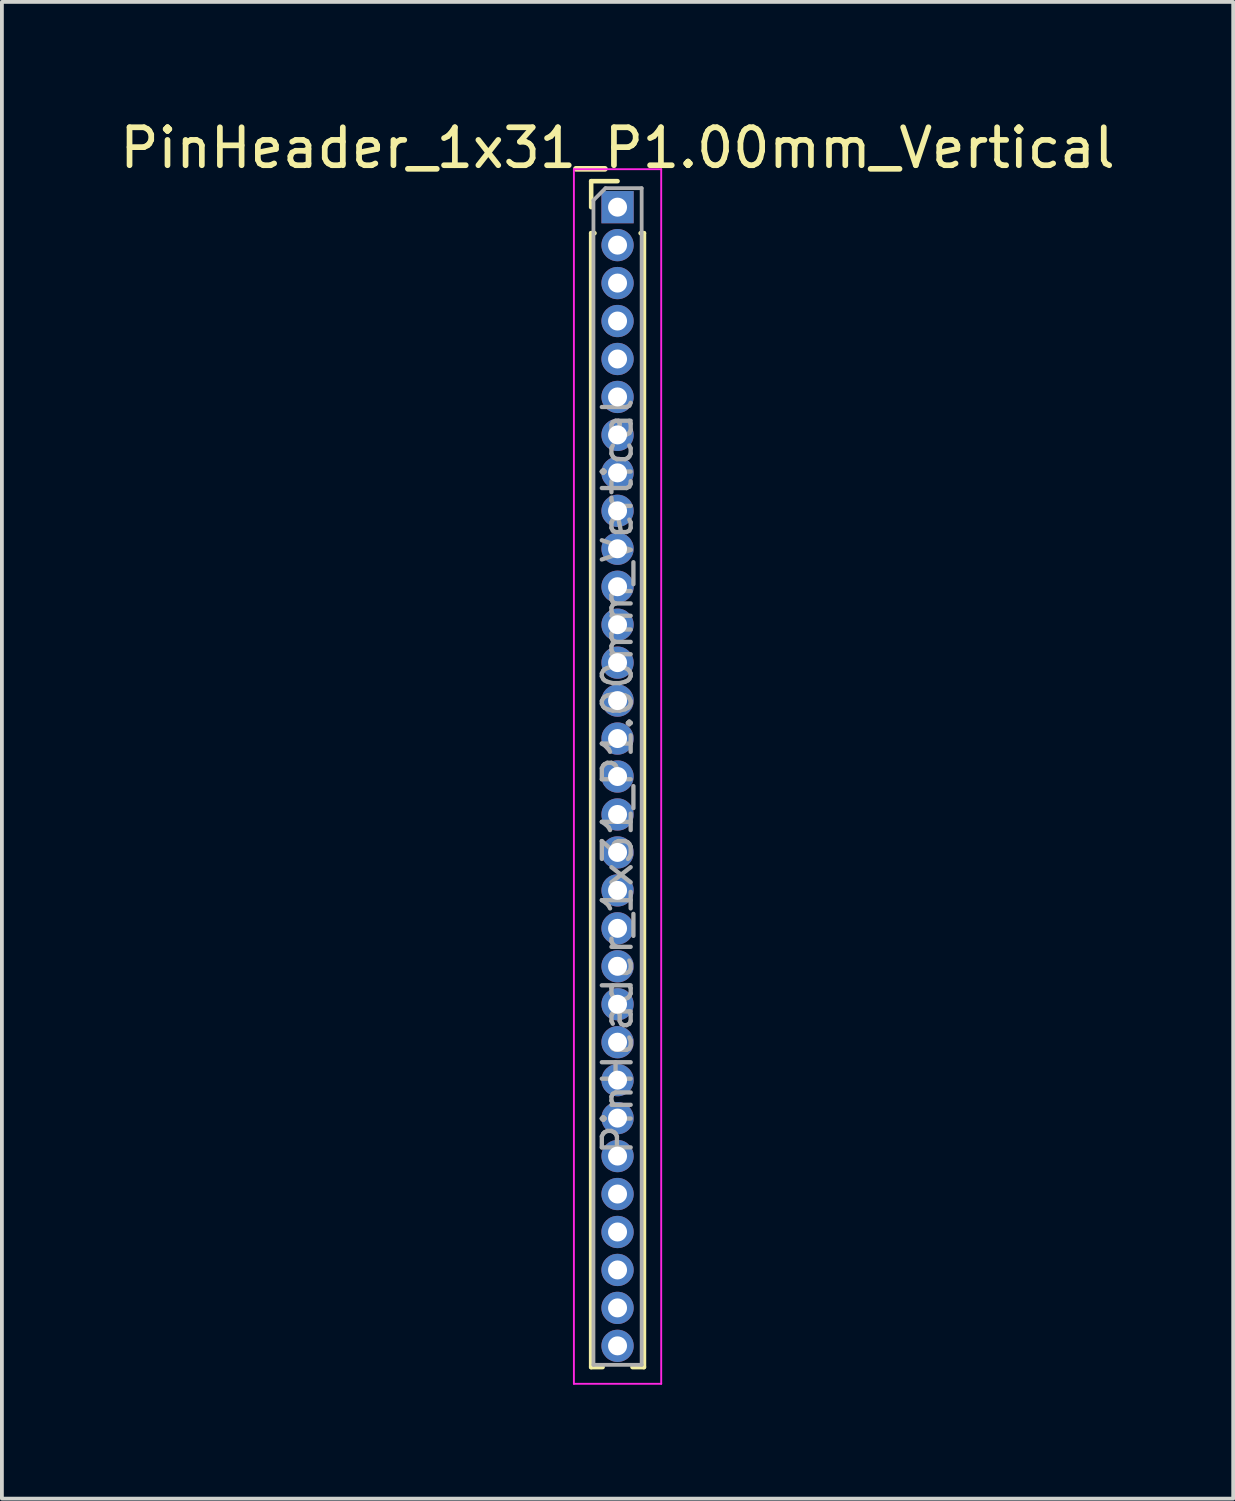
<source format=kicad_pcb>
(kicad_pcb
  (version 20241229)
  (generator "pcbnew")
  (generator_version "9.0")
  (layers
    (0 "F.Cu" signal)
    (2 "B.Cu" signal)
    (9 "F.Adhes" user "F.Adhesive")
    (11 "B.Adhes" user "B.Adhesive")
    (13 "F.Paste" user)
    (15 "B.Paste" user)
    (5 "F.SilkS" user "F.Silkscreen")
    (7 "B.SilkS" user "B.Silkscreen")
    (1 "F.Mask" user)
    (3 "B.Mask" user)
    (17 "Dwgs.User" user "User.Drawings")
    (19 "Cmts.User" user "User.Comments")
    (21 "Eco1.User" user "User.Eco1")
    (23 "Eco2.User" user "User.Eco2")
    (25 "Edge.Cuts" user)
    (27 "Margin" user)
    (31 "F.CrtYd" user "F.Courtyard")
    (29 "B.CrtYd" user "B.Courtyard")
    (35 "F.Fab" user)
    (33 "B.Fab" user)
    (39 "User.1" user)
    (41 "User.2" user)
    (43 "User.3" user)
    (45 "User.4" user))
  (footprint "PinHeader_1x31_P1.00mm_Vertical"
    (layer "F.Cu")
    (at 13.22 2.408)
    (property "Reference" "PinHeader_1x31_P1.00mm_Vertical" (at 0 -1.56 0) (layer "F.SilkS") (effects (font (size 1 1) (thickness 0.15))))
    (attr through_hole)
    (fp_line (start -0.695 -0.685) (end 0 -0.685) (stroke (width 0.12) (type solid)) (layer "F.SilkS"))
    (fp_line (start -0.695 0) (end -0.695 -0.685) (stroke (width 0.12) (type solid)) (layer "F.SilkS"))
    (fp_line (start -0.695 0.685) (end -0.695 30.56) (stroke (width 0.12) (type solid)) (layer "F.SilkS"))
    (fp_line (start -0.695 0.685) (end -0.608 0.685) (stroke (width 0.12) (type solid)) (layer "F.SilkS"))
    (fp_line (start -0.695 30.56) (end -0.394 30.56) (stroke (width 0.12) (type solid)) (layer "F.SilkS"))
    (fp_line (start 0.394 30.56) (end 0.695 30.56) (stroke (width 0.12) (type solid)) (layer "F.SilkS"))
    (fp_line (start 0.608 0.685) (end 0.695 0.685) (stroke (width 0.12) (type solid)) (layer "F.SilkS"))
    (fp_line (start 0.695 0.685) (end 0.695 30.56) (stroke (width 0.12) (type solid)) (layer "F.SilkS"))
    (fp_line (start -1.15 -1) (end -1.15 31) (stroke (width 0.05) (type solid)) (layer "F.CrtYd"))
    (fp_line (start -1.15 31) (end 1.15 31) (stroke (width 0.05) (type solid)) (layer "F.CrtYd"))
    (fp_line (start 1.15 -1) (end -1.15 -1) (stroke (width 0.05) (type solid)) (layer "F.CrtYd"))
    (fp_line (start 1.15 31) (end 1.15 -1) (stroke (width 0.05) (type solid)) (layer "F.CrtYd"))
    (fp_line (start -0.635 -0.182) (end -0.318 -0.5) (stroke (width 0.1) (type solid)) (layer "F.Fab"))
    (fp_line (start -0.635 30.5) (end -0.635 -0.182) (stroke (width 0.1) (type solid)) (layer "F.Fab"))
    (fp_line (start -0.318 -0.5) (end 0.635 -0.5) (stroke (width 0.1) (type solid)) (layer "F.Fab"))
    (fp_line (start 0.635 -0.5) (end 0.635 30.5) (stroke (width 0.1) (type solid)) (layer "F.Fab"))
    (fp_line (start 0.635 30.5) (end -0.635 30.5) (stroke (width 0.1) (type solid)) (layer "F.Fab"))
    (fp_text user "${REFERENCE}" (at 0 15 90) (layer "F.Fab") (effects (font (size 0.76 0.76) (thickness 0.114))))
    (pad "1" thru_hole rect (at 0 0) (size 0.85 0.85) (drill 0.5) (layers "*.Cu" "*.Mask"))
    (pad "2" thru_hole oval (at 0 1) (size 0.85 0.85) (drill 0.5) (layers "*.Cu" "*.Mask"))
    (pad "3" thru_hole oval (at 0 2) (size 0.85 0.85) (drill 0.5) (layers "*.Cu" "*.Mask"))
    (pad "4" thru_hole oval (at 0 3) (size 0.85 0.85) (drill 0.5) (layers "*.Cu" "*.Mask"))
    (pad "5" thru_hole oval (at 0 4) (size 0.85 0.85) (drill 0.5) (layers "*.Cu" "*.Mask"))
    (pad "6" thru_hole oval (at 0 5) (size 0.85 0.85) (drill 0.5) (layers "*.Cu" "*.Mask"))
    (pad "7" thru_hole oval (at 0 6) (size 0.85 0.85) (drill 0.5) (layers "*.Cu" "*.Mask"))
    (pad "8" thru_hole oval (at 0 7) (size 0.85 0.85) (drill 0.5) (layers "*.Cu" "*.Mask"))
    (pad "9" thru_hole oval (at 0 8) (size 0.85 0.85) (drill 0.5) (layers "*.Cu" "*.Mask"))
    (pad "10" thru_hole oval (at 0 9) (size 0.85 0.85) (drill 0.5) (layers "*.Cu" "*.Mask"))
    (pad "11" thru_hole oval (at 0 10) (size 0.85 0.85) (drill 0.5) (layers "*.Cu" "*.Mask"))
    (pad "12" thru_hole oval (at 0 11) (size 0.85 0.85) (drill 0.5) (layers "*.Cu" "*.Mask"))
    (pad "13" thru_hole oval (at 0 12) (size 0.85 0.85) (drill 0.5) (layers "*.Cu" "*.Mask"))
    (pad "14" thru_hole oval (at 0 13) (size 0.85 0.85) (drill 0.5) (layers "*.Cu" "*.Mask"))
    (pad "15" thru_hole oval (at 0 14) (size 0.85 0.85) (drill 0.5) (layers "*.Cu" "*.Mask"))
    (pad "16" thru_hole oval (at 0 15) (size 0.85 0.85) (drill 0.5) (layers "*.Cu" "*.Mask"))
    (pad "17" thru_hole oval (at 0 16) (size 0.85 0.85) (drill 0.5) (layers "*.Cu" "*.Mask"))
    (pad "18" thru_hole oval (at 0 17) (size 0.85 0.85) (drill 0.5) (layers "*.Cu" "*.Mask"))
    (pad "19" thru_hole oval (at 0 18) (size 0.85 0.85) (drill 0.5) (layers "*.Cu" "*.Mask"))
    (pad "20" thru_hole oval (at 0 19) (size 0.85 0.85) (drill 0.5) (layers "*.Cu" "*.Mask"))
    (pad "21" thru_hole oval (at 0 20) (size 0.85 0.85) (drill 0.5) (layers "*.Cu" "*.Mask"))
    (pad "22" thru_hole oval (at 0 21) (size 0.85 0.85) (drill 0.5) (layers "*.Cu" "*.Mask"))
    (pad "23" thru_hole oval (at 0 22) (size 0.85 0.85) (drill 0.5) (layers "*.Cu" "*.Mask"))
    (pad "24" thru_hole oval (at 0 23) (size 0.85 0.85) (drill 0.5) (layers "*.Cu" "*.Mask"))
    (pad "25" thru_hole oval (at 0 24) (size 0.85 0.85) (drill 0.5) (layers "*.Cu" "*.Mask"))
    (pad "26" thru_hole oval (at 0 25) (size 0.85 0.85) (drill 0.5) (layers "*.Cu" "*.Mask"))
    (pad "27" thru_hole oval (at 0 26) (size 0.85 0.85) (drill 0.5) (layers "*.Cu" "*.Mask"))
    (pad "28" thru_hole oval (at 0 27) (size 0.85 0.85) (drill 0.5) (layers "*.Cu" "*.Mask"))
    (pad "29" thru_hole oval (at 0 28) (size 0.85 0.85) (drill 0.5) (layers "*.Cu" "*.Mask"))
    (pad "30" thru_hole oval (at 0 29) (size 0.85 0.85) (drill 0.5) (layers "*.Cu" "*.Mask"))
    (pad "31" thru_hole oval (at 0 30) (size 0.85 0.85) (drill 0.5) (layers "*.Cu" "*.Mask")))
  (gr_rect
    (start -3 -3)
    (end 29.44 36.433)
    (stroke (width 0.1) (type default))
    (fill no)
    (layer "Edge.Cuts")))
</source>
